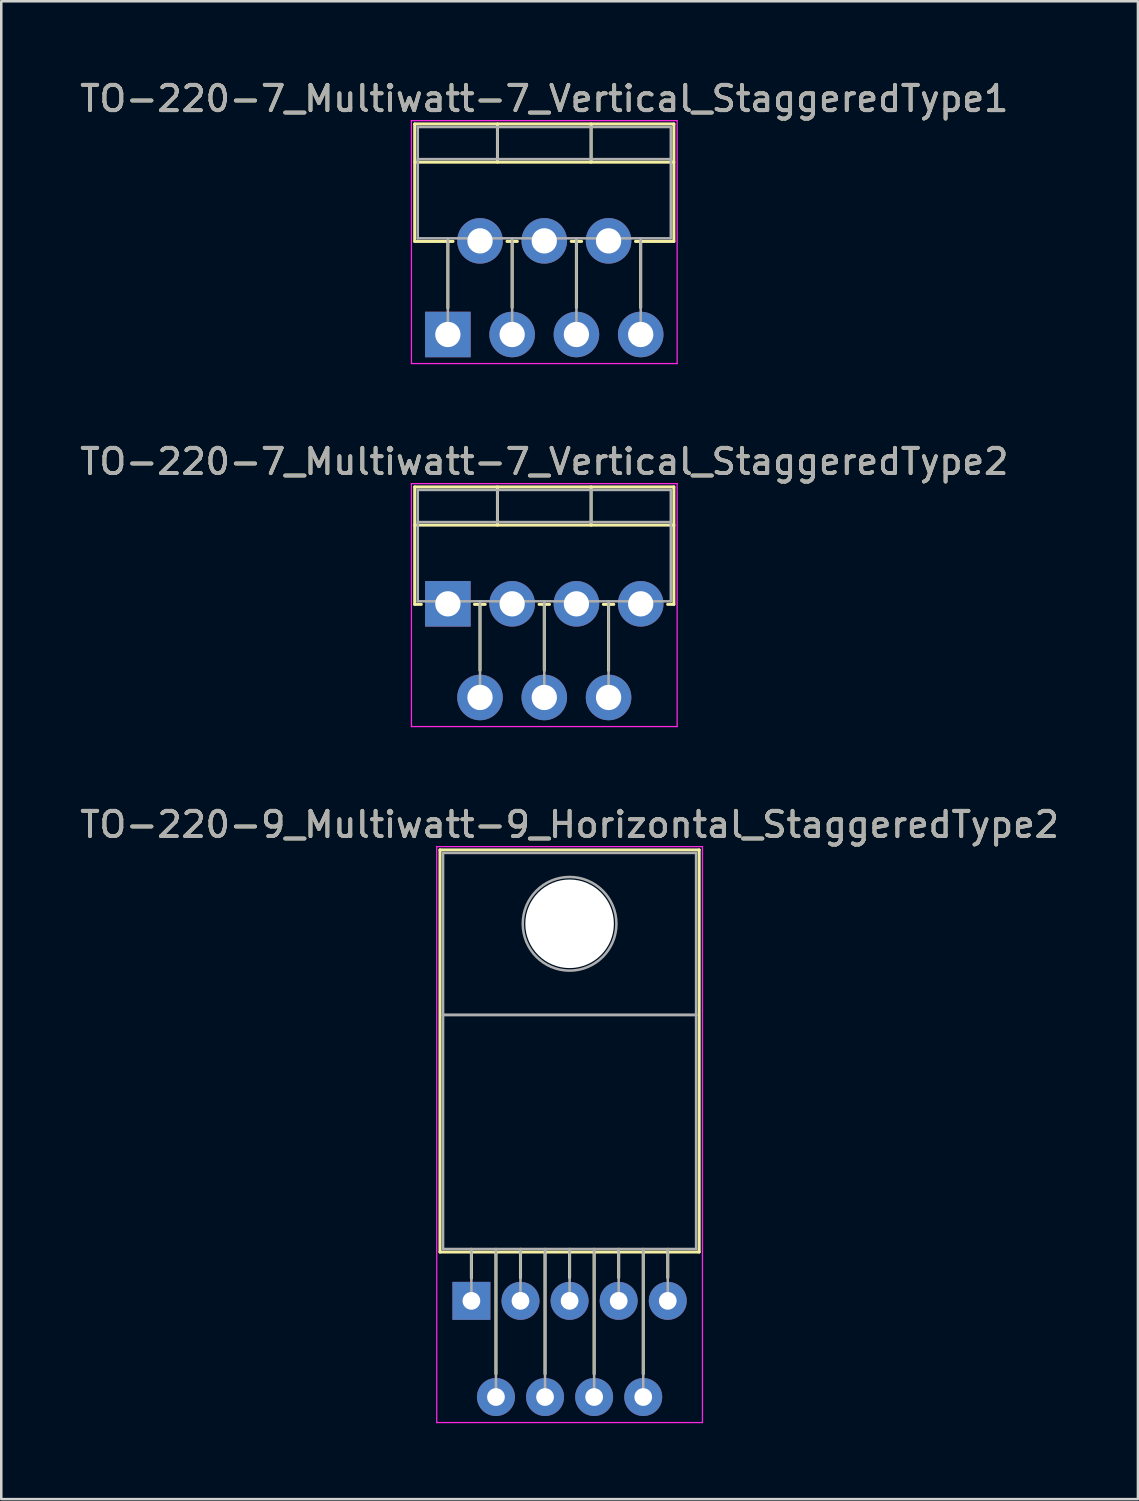
<source format=kicad_pcb>
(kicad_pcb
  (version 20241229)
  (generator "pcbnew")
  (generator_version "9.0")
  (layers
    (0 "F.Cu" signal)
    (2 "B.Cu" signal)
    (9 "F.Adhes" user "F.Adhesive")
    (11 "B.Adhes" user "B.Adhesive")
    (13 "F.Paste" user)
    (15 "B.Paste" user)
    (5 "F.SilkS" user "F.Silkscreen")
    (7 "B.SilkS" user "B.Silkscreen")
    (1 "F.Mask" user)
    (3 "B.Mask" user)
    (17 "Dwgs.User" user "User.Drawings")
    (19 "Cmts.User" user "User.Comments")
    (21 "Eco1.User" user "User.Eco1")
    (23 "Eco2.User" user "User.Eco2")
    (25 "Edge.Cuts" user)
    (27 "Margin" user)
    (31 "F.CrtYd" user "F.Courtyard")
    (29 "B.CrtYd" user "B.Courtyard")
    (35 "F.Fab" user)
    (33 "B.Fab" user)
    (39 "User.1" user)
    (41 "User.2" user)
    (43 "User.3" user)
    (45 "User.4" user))
  (footprint "TO-220-9_Multiwatt-9_Horizontal_StaggeredType2"
    (layer "F.Cu")
    (at 15.578 48.355)
    (property "Reference" "TO-220-9_Multiwatt-9_Horizontal_StaggeredType2" (at 3.88 -18.82 0) (layer "F.SilkS") (effects (font (size 1 1) (thickness 0.15))))
    (attr through_hole)
    (fp_line (start -1.241 -17.82) (end -1.241 -1.93) (stroke (width 0.12) (type solid)) (layer "F.SilkS"))
    (fp_line (start -1.241 -17.82) (end 9 -17.82) (stroke (width 0.12) (type solid)) (layer "F.SilkS"))
    (fp_line (start -1.241 -1.93) (end 9 -1.93) (stroke (width 0.12) (type solid)) (layer "F.SilkS"))
    (fp_line (start 0 -1.93) (end 0 -0.9) (stroke (width 0.12) (type solid)) (layer "F.SilkS"))
    (fp_line (start 0.97 -1.93) (end 0.97 2.885) (stroke (width 0.12) (type solid)) (layer "F.SilkS"))
    (fp_line (start 1.94 -1.93) (end 1.94 -0.916) (stroke (width 0.12) (type solid)) (layer "F.SilkS"))
    (fp_line (start 2.91 -1.93) (end 2.91 2.885) (stroke (width 0.12) (type solid)) (layer "F.SilkS"))
    (fp_line (start 3.88 -1.93) (end 3.88 -0.916) (stroke (width 0.12) (type solid)) (layer "F.SilkS"))
    (fp_line (start 4.85 -1.93) (end 4.85 2.885) (stroke (width 0.12) (type solid)) (layer "F.SilkS"))
    (fp_line (start 5.82 -1.93) (end 5.82 -0.916) (stroke (width 0.12) (type solid)) (layer "F.SilkS"))
    (fp_line (start 6.79 -1.93) (end 6.79 2.885) (stroke (width 0.12) (type solid)) (layer "F.SilkS"))
    (fp_line (start 7.76 -1.93) (end 7.76 -0.916) (stroke (width 0.12) (type solid)) (layer "F.SilkS"))
    (fp_line (start 9 -17.82) (end 9 -1.93) (stroke (width 0.12) (type solid)) (layer "F.SilkS"))
    (fp_line (start -1.37 -17.95) (end -1.37 4.81) (stroke (width 0.05) (type solid)) (layer "F.CrtYd"))
    (fp_line (start -1.37 4.81) (end 9.13 4.81) (stroke (width 0.05) (type solid)) (layer "F.CrtYd"))
    (fp_line (start 9.13 -17.95) (end -1.37 -17.95) (stroke (width 0.05) (type solid)) (layer "F.CrtYd"))
    (fp_line (start 9.13 4.81) (end 9.13 -17.95) (stroke (width 0.05) (type solid)) (layer "F.CrtYd"))
    (fp_line (start -1.12 -17.7) (end 8.88 -17.7) (stroke (width 0.1) (type solid)) (layer "F.Fab"))
    (fp_line (start -1.12 -11.3) (end -1.12 -17.7) (stroke (width 0.1) (type solid)) (layer "F.Fab"))
    (fp_line (start -1.12 -11.3) (end 8.88 -11.3) (stroke (width 0.1) (type solid)) (layer "F.Fab"))
    (fp_line (start -1.12 -2.05) (end -1.12 -11.3) (stroke (width 0.1) (type solid)) (layer "F.Fab"))
    (fp_line (start 0 -2.05) (end 0 0) (stroke (width 0.1) (type solid)) (layer "F.Fab"))
    (fp_line (start 0.97 -2.05) (end 0.97 3.8) (stroke (width 0.1) (type solid)) (layer "F.Fab"))
    (fp_line (start 1.94 -2.05) (end 1.94 0) (stroke (width 0.1) (type solid)) (layer "F.Fab"))
    (fp_line (start 2.91 -2.05) (end 2.91 3.8) (stroke (width 0.1) (type solid)) (layer "F.Fab"))
    (fp_line (start 3.88 -2.05) (end 3.88 0) (stroke (width 0.1) (type solid)) (layer "F.Fab"))
    (fp_line (start 4.85 -2.05) (end 4.85 3.8) (stroke (width 0.1) (type solid)) (layer "F.Fab"))
    (fp_line (start 5.82 -2.05) (end 5.82 0) (stroke (width 0.1) (type solid)) (layer "F.Fab"))
    (fp_line (start 6.79 -2.05) (end 6.79 3.8) (stroke (width 0.1) (type solid)) (layer "F.Fab"))
    (fp_line (start 7.76 -2.05) (end 7.76 0) (stroke (width 0.1) (type solid)) (layer "F.Fab"))
    (fp_line (start 8.88 -17.7) (end 8.88 -11.3) (stroke (width 0.1) (type solid)) (layer "F.Fab"))
    (fp_line (start 8.88 -11.3) (end -1.12 -11.3) (stroke (width 0.1) (type solid)) (layer "F.Fab"))
    (fp_line (start 8.88 -11.3) (end 8.88 -2.05) (stroke (width 0.1) (type solid)) (layer "F.Fab"))
    (fp_line (start 8.88 -2.05) (end -1.12 -2.05) (stroke (width 0.1) (type solid)) (layer "F.Fab"))
    (fp_circle (center 3.88 -14.9) (end 5.73 -14.9) (stroke (width 0.1) (type solid)) (fill no) (layer "F.Fab"))
    (fp_text user "${REFERENCE}" (at 3.88 -18.82 0) (layer "F.Fab") (effects (font (size 1 1) (thickness 0.15))))
    (pad "" np_thru_hole oval (at 3.88 -14.9) (size 3.5 3.5) (drill 3.5) (layers "*.Cu" "*.Mask"))
    (pad "1" thru_hole rect (at 0 0) (size 1.5 1.5) (drill 0.7) (layers "*.Cu" "*.Mask"))
    (pad "2" thru_hole oval (at 0.97 3.8) (size 1.5 1.5) (drill 0.7) (layers "*.Cu" "*.Mask"))
    (pad "3" thru_hole oval (at 1.94 0) (size 1.5 1.5) (drill 0.7) (layers "*.Cu" "*.Mask"))
    (pad "4" thru_hole oval (at 2.91 3.8) (size 1.5 1.5) (drill 0.7) (layers "*.Cu" "*.Mask"))
    (pad "5" thru_hole oval (at 3.88 0) (size 1.5 1.5) (drill 0.7) (layers "*.Cu" "*.Mask"))
    (pad "6" thru_hole oval (at 4.85 3.8) (size 1.5 1.5) (drill 0.7) (layers "*.Cu" "*.Mask"))
    (pad "7" thru_hole oval (at 5.82 0) (size 1.5 1.5) (drill 0.7) (layers "*.Cu" "*.Mask"))
    (pad "8" thru_hole oval (at 6.79 3.8) (size 1.5 1.5) (drill 0.7) (layers "*.Cu" "*.Mask"))
    (pad "9" thru_hole oval (at 7.76 0) (size 1.5 1.5) (drill 0.7) (layers "*.Cu" "*.Mask")))
  (footprint "TO-220-7_Multiwatt-7_Vertical_StaggeredType2"
    (layer "F.Cu")
    (at 14.648 20.811)
    (property "Reference" "TO-220-7_Multiwatt-7_Vertical_StaggeredType2" (at 3.81 -5.62 0) (layer "F.SilkS") (effects (font (size 1 1) (thickness 0.15))))
    (attr through_hole)
    (fp_line (start -1.31 -4.62) (end -1.31 0.021) (stroke (width 0.12) (type solid)) (layer "F.SilkS"))
    (fp_line (start -1.31 -4.62) (end 8.93 -4.62) (stroke (width 0.12) (type solid)) (layer "F.SilkS"))
    (fp_line (start -1.31 -3.111) (end 8.93 -3.111) (stroke (width 0.12) (type solid)) (layer "F.SilkS"))
    (fp_line (start -1.31 0.021) (end -1.05 0.021) (stroke (width 0.12) (type solid)) (layer "F.SilkS"))
    (fp_line (start 1.05 0.021) (end 1.475 0.021) (stroke (width 0.12) (type solid)) (layer "F.SilkS"))
    (fp_line (start 1.27 0.021) (end 1.27 2.635) (stroke (width 0.12) (type solid)) (layer "F.SilkS"))
    (fp_line (start 1.96 -4.62) (end 1.96 -3.111) (stroke (width 0.12) (type solid)) (layer "F.SilkS"))
    (fp_line (start 3.605 0.021) (end 4.016 0.021) (stroke (width 0.12) (type solid)) (layer "F.SilkS"))
    (fp_line (start 3.81 0.021) (end 3.81 2.635) (stroke (width 0.12) (type solid)) (layer "F.SilkS"))
    (fp_line (start 5.66 -4.62) (end 5.66 -3.111) (stroke (width 0.12) (type solid)) (layer "F.SilkS"))
    (fp_line (start 6.145 0.021) (end 6.555 0.021) (stroke (width 0.12) (type solid)) (layer "F.SilkS"))
    (fp_line (start 6.35 0.021) (end 6.35 2.635) (stroke (width 0.12) (type solid)) (layer "F.SilkS"))
    (fp_line (start 8.685 0.021) (end 8.93 0.021) (stroke (width 0.12) (type solid)) (layer "F.SilkS"))
    (fp_line (start 8.93 -4.62) (end 8.93 0.021) (stroke (width 0.12) (type solid)) (layer "F.SilkS"))
    (fp_line (start -1.44 -4.75) (end -1.44 4.85) (stroke (width 0.05) (type solid)) (layer "F.CrtYd"))
    (fp_line (start -1.44 4.85) (end 9.06 4.85) (stroke (width 0.05) (type solid)) (layer "F.CrtYd"))
    (fp_line (start 9.06 -4.75) (end -1.44 -4.75) (stroke (width 0.05) (type solid)) (layer "F.CrtYd"))
    (fp_line (start 9.06 4.85) (end 9.06 -4.75) (stroke (width 0.05) (type solid)) (layer "F.CrtYd"))
    (fp_line (start -1.19 -4.5) (end -1.19 -0.1) (stroke (width 0.1) (type solid)) (layer "F.Fab"))
    (fp_line (start -1.19 -3.23) (end 8.81 -3.23) (stroke (width 0.1) (type solid)) (layer "F.Fab"))
    (fp_line (start -1.19 -0.1) (end 8.81 -0.1) (stroke (width 0.1) (type solid)) (layer "F.Fab"))
    (fp_line (start 0 -0.1) (end 0 0) (stroke (width 0.1) (type solid)) (layer "F.Fab"))
    (fp_line (start 1.27 -0.1) (end 1.27 3.7) (stroke (width 0.1) (type solid)) (layer "F.Fab"))
    (fp_line (start 1.96 -4.5) (end 1.96 -3.23) (stroke (width 0.1) (type solid)) (layer "F.Fab"))
    (fp_line (start 2.54 -0.1) (end 2.54 0) (stroke (width 0.1) (type solid)) (layer "F.Fab"))
    (fp_line (start 3.81 -0.1) (end 3.81 3.7) (stroke (width 0.1) (type solid)) (layer "F.Fab"))
    (fp_line (start 5.08 -0.1) (end 5.08 0) (stroke (width 0.1) (type solid)) (layer "F.Fab"))
    (fp_line (start 5.66 -4.5) (end 5.66 -3.23) (stroke (width 0.1) (type solid)) (layer "F.Fab"))
    (fp_line (start 6.35 -0.1) (end 6.35 3.7) (stroke (width 0.1) (type solid)) (layer "F.Fab"))
    (fp_line (start 7.62 -0.1) (end 7.62 0) (stroke (width 0.1) (type solid)) (layer "F.Fab"))
    (fp_line (start 8.81 -4.5) (end -1.19 -4.5) (stroke (width 0.1) (type solid)) (layer "F.Fab"))
    (fp_line (start 8.81 -0.1) (end 8.81 -4.5) (stroke (width 0.1) (type solid)) (layer "F.Fab"))
    (fp_text user "${REFERENCE}" (at 3.81 -5.62 0) (layer "F.Fab") (effects (font (size 1 1) (thickness 0.15))))
    (pad "1" thru_hole rect (at 0 0) (size 1.8 1.8) (drill 1) (layers "*.Cu" "*.Mask"))
    (pad "2" thru_hole oval (at 1.27 3.7) (size 1.8 1.8) (drill 1) (layers "*.Cu" "*.Mask"))
    (pad "3" thru_hole oval (at 2.54 0) (size 1.8 1.8) (drill 1) (layers "*.Cu" "*.Mask"))
    (pad "4" thru_hole oval (at 3.81 3.7) (size 1.8 1.8) (drill 1) (layers "*.Cu" "*.Mask"))
    (pad "5" thru_hole oval (at 5.08 0) (size 1.8 1.8) (drill 1) (layers "*.Cu" "*.Mask"))
    (pad "6" thru_hole oval (at 6.35 3.7) (size 1.8 1.8) (drill 1) (layers "*.Cu" "*.Mask"))
    (pad "7" thru_hole oval (at 7.62 0) (size 1.8 1.8) (drill 1) (layers "*.Cu" "*.Mask")))
  (footprint "TO-220-7_Multiwatt-7_Vertical_StaggeredType1"
    (layer "F.Cu")
    (at 14.648 10.168)
    (property "Reference" "TO-220-7_Multiwatt-7_Vertical_StaggeredType1" (at 3.81 -9.32 0) (layer "F.SilkS") (effects (font (size 1 1) (thickness 0.15))))
    (attr through_hole)
    (fp_line (start -1.31 -8.32) (end -1.31 -3.679) (stroke (width 0.12) (type solid)) (layer "F.SilkS"))
    (fp_line (start -1.31 -8.32) (end 8.93 -8.32) (stroke (width 0.12) (type solid)) (layer "F.SilkS"))
    (fp_line (start -1.31 -6.811) (end 8.93 -6.811) (stroke (width 0.12) (type solid)) (layer "F.SilkS"))
    (fp_line (start -1.31 -3.679) (end 0.205 -3.679) (stroke (width 0.12) (type solid)) (layer "F.SilkS"))
    (fp_line (start 0 -3.679) (end 0 -1.049) (stroke (width 0.12) (type solid)) (layer "F.SilkS"))
    (fp_line (start 1.96 -8.32) (end 1.96 -6.811) (stroke (width 0.12) (type solid)) (layer "F.SilkS"))
    (fp_line (start 2.336 -3.679) (end 2.745 -3.679) (stroke (width 0.12) (type solid)) (layer "F.SilkS"))
    (fp_line (start 2.54 -3.679) (end 2.54 -1.065) (stroke (width 0.12) (type solid)) (layer "F.SilkS"))
    (fp_line (start 4.875 -3.679) (end 5.285 -3.679) (stroke (width 0.12) (type solid)) (layer "F.SilkS"))
    (fp_line (start 5.08 -3.679) (end 5.08 -1.065) (stroke (width 0.12) (type solid)) (layer "F.SilkS"))
    (fp_line (start 5.66 -8.32) (end 5.66 -6.811) (stroke (width 0.12) (type solid)) (layer "F.SilkS"))
    (fp_line (start 7.415 -3.679) (end 8.93 -3.679) (stroke (width 0.12) (type solid)) (layer "F.SilkS"))
    (fp_line (start 7.62 -3.679) (end 7.62 -1.065) (stroke (width 0.12) (type solid)) (layer "F.SilkS"))
    (fp_line (start 8.93 -8.32) (end 8.93 -3.679) (stroke (width 0.12) (type solid)) (layer "F.SilkS"))
    (fp_line (start -1.44 -8.45) (end -1.44 1.15) (stroke (width 0.05) (type solid)) (layer "F.CrtYd"))
    (fp_line (start -1.44 1.15) (end 9.06 1.15) (stroke (width 0.05) (type solid)) (layer "F.CrtYd"))
    (fp_line (start 9.06 -8.45) (end -1.44 -8.45) (stroke (width 0.05) (type solid)) (layer "F.CrtYd"))
    (fp_line (start 9.06 1.15) (end 9.06 -8.45) (stroke (width 0.05) (type solid)) (layer "F.CrtYd"))
    (fp_line (start -1.19 -8.2) (end -1.19 -3.8) (stroke (width 0.1) (type solid)) (layer "F.Fab"))
    (fp_line (start -1.19 -6.93) (end 8.81 -6.93) (stroke (width 0.1) (type solid)) (layer "F.Fab"))
    (fp_line (start -1.19 -3.8) (end 8.81 -3.8) (stroke (width 0.1) (type solid)) (layer "F.Fab"))
    (fp_line (start 0 -3.8) (end 0 0) (stroke (width 0.1) (type solid)) (layer "F.Fab"))
    (fp_line (start 1.27 -3.8) (end 1.27 -3.7) (stroke (width 0.1) (type solid)) (layer "F.Fab"))
    (fp_line (start 1.96 -8.2) (end 1.96 -6.93) (stroke (width 0.1) (type solid)) (layer "F.Fab"))
    (fp_line (start 2.54 -3.8) (end 2.54 0) (stroke (width 0.1) (type solid)) (layer "F.Fab"))
    (fp_line (start 3.81 -3.8) (end 3.81 -3.7) (stroke (width 0.1) (type solid)) (layer "F.Fab"))
    (fp_line (start 5.08 -3.8) (end 5.08 0) (stroke (width 0.1) (type solid)) (layer "F.Fab"))
    (fp_line (start 5.66 -8.2) (end 5.66 -6.93) (stroke (width 0.1) (type solid)) (layer "F.Fab"))
    (fp_line (start 6.35 -3.8) (end 6.35 -3.7) (stroke (width 0.1) (type solid)) (layer "F.Fab"))
    (fp_line (start 7.62 -3.8) (end 7.62 0) (stroke (width 0.1) (type solid)) (layer "F.Fab"))
    (fp_line (start 8.81 -8.2) (end -1.19 -8.2) (stroke (width 0.1) (type solid)) (layer "F.Fab"))
    (fp_line (start 8.81 -3.8) (end 8.81 -8.2) (stroke (width 0.1) (type solid)) (layer "F.Fab"))
    (fp_text user "${REFERENCE}" (at 3.81 -9.32 0) (layer "F.Fab") (effects (font (size 1 1) (thickness 0.15))))
    (pad "1" thru_hole rect (at 0 0) (size 1.8 1.8) (drill 1) (layers "*.Cu" "*.Mask"))
    (pad "2" thru_hole oval (at 1.27 -3.7) (size 1.8 1.8) (drill 1) (layers "*.Cu" "*.Mask"))
    (pad "3" thru_hole oval (at 2.54 0) (size 1.8 1.8) (drill 1) (layers "*.Cu" "*.Mask"))
    (pad "4" thru_hole oval (at 3.81 -3.7) (size 1.8 1.8) (drill 1) (layers "*.Cu" "*.Mask"))
    (pad "5" thru_hole oval (at 5.08 0) (size 1.8 1.8) (drill 1) (layers "*.Cu" "*.Mask"))
    (pad "6" thru_hole oval (at 6.35 -3.7) (size 1.8 1.8) (drill 1) (layers "*.Cu" "*.Mask"))
    (pad "7" thru_hole oval (at 7.62 0) (size 1.8 1.8) (drill 1) (layers "*.Cu" "*.Mask")))
  (gr_rect
    (start -3 -3)
    (end 41.917 56.19)
    (stroke (width 0.1) (type default))
    (fill no)
    (layer "Edge.Cuts")))
</source>
